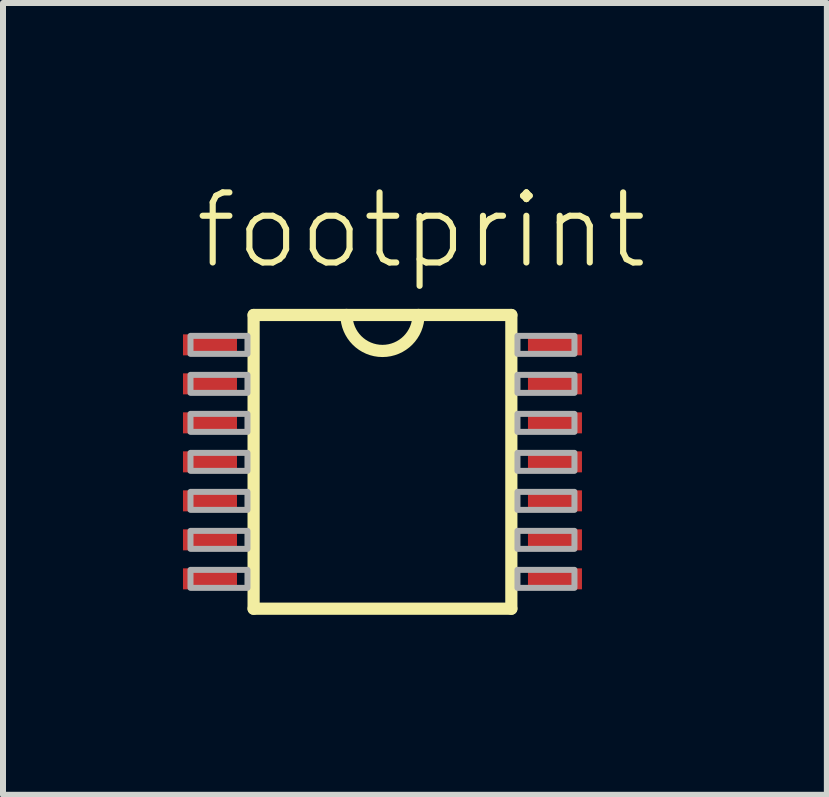
<source format=kicad_pcb>
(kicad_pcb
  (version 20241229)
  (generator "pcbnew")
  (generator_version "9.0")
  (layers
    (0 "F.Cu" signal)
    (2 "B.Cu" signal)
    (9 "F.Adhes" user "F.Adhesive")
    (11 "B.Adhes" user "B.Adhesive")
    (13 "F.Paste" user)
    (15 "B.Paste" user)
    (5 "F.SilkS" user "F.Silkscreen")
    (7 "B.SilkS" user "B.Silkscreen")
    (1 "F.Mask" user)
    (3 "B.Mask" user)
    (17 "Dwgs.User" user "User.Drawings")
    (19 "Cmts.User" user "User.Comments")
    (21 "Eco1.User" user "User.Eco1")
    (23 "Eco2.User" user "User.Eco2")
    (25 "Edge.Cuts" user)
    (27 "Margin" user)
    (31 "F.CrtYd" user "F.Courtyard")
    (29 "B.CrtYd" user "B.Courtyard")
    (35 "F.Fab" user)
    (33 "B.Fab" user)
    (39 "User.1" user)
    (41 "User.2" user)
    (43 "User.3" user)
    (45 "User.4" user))
  (footprint "footprint"
    (layer "F.Cu")
    (at 3.325 4.648)
    (property "Reference" "footprint" (at -3.175 -3.175 0) (layer "F.SilkS") (effects (font (size 1.168 1.168) (thickness 0.102)) (justify left bottom)))
    (fp_line (start -2.148 -2.448) (end -2.148 2.448) (stroke (width 0.203) (type solid)) (layer "F.SilkS"))
    (fp_line (start -2.148 2.448) (end 2.148 2.448) (stroke (width 0.203) (type solid)) (layer "F.SilkS"))
    (fp_line (start 2.148 -2.448) (end -2.148 -2.448) (stroke (width 0.203) (type solid)) (layer "F.SilkS"))
    (fp_line (start 2.148 2.448) (end 2.148 -2.448) (stroke (width 0.203) (type solid)) (layer "F.SilkS"))
    (fp_arc (start 0.6 -2.4484) (mid 0 -1.8484) (end -0.6 -2.4484) (stroke (width 0.2032) (type solid)) (layer "F.SilkS"))
    (fp_poly (pts (xy -3.2 -1.8) (xy -2.25 -1.8) (xy -2.25 -2.1) (xy -3.2 -2.1)) (stroke (width 0.1) (type solid)) (fill no) (layer "F.Fab"))
    (fp_poly (pts (xy -3.2 -1.15) (xy -2.25 -1.15) (xy -2.25 -1.45) (xy -3.2 -1.45)) (stroke (width 0.1) (type solid)) (fill no) (layer "F.Fab"))
    (fp_poly (pts (xy -3.2 -0.5) (xy -2.25 -0.5) (xy -2.25 -0.8) (xy -3.2 -0.8)) (stroke (width 0.1) (type solid)) (fill no) (layer "F.Fab"))
    (fp_poly (pts (xy -3.2 0.15) (xy -2.25 0.15) (xy -2.25 -0.15) (xy -3.2 -0.15)) (stroke (width 0.1) (type solid)) (fill no) (layer "F.Fab"))
    (fp_poly (pts (xy -3.2 0.8) (xy -2.25 0.8) (xy -2.25 0.5) (xy -3.2 0.5)) (stroke (width 0.1) (type solid)) (fill no) (layer "F.Fab"))
    (fp_poly (pts (xy -3.2 1.45) (xy -2.25 1.45) (xy -2.25 1.15) (xy -3.2 1.15)) (stroke (width 0.1) (type solid)) (fill no) (layer "F.Fab"))
    (fp_poly (pts (xy -3.2 2.1) (xy -2.25 2.1) (xy -2.25 1.8) (xy -3.2 1.8)) (stroke (width 0.1) (type solid)) (fill no) (layer "F.Fab"))
    (fp_poly (pts (xy 2.25 -1.8) (xy 3.2 -1.8) (xy 3.2 -2.1) (xy 2.25 -2.1)) (stroke (width 0.1) (type solid)) (fill no) (layer "F.Fab"))
    (fp_poly (pts (xy 2.25 -1.15) (xy 3.2 -1.15) (xy 3.2 -1.45) (xy 2.25 -1.45)) (stroke (width 0.1) (type solid)) (fill no) (layer "F.Fab"))
    (fp_poly (pts (xy 2.25 -0.5) (xy 3.2 -0.5) (xy 3.2 -0.8) (xy 2.25 -0.8)) (stroke (width 0.1) (type solid)) (fill no) (layer "F.Fab"))
    (fp_poly (pts (xy 2.25 0.15) (xy 3.2 0.15) (xy 3.2 -0.15) (xy 2.25 -0.15)) (stroke (width 0.1) (type solid)) (fill no) (layer "F.Fab"))
    (fp_poly (pts (xy 2.25 0.8) (xy 3.2 0.8) (xy 3.2 0.5) (xy 2.25 0.5)) (stroke (width 0.1) (type solid)) (fill no) (layer "F.Fab"))
    (fp_poly (pts (xy 2.25 1.45) (xy 3.2 1.45) (xy 3.2 1.15) (xy 2.25 1.15)) (stroke (width 0.1) (type solid)) (fill no) (layer "F.Fab"))
    (fp_poly (pts (xy 2.25 2.1) (xy 3.2 2.1) (xy 3.2 1.8) (xy 2.25 1.8)) (stroke (width 0.1) (type solid)) (fill no) (layer "F.Fab"))
    (pad "1" smd rect (at -2.875 -1.95) (size 0.9 0.35) (layers "F.Cu" "F.Mask" "F.Paste"))
    (pad "2" smd rect (at -2.875 -1.3) (size 0.9 0.35) (layers "F.Cu" "F.Mask" "F.Paste"))
    (pad "3" smd rect (at -2.875 -0.65) (size 0.9 0.35) (layers "F.Cu" "F.Mask" "F.Paste"))
    (pad "4" smd rect (at -2.875 0) (size 0.9 0.35) (layers "F.Cu" "F.Mask" "F.Paste"))
    (pad "5" smd rect (at -2.875 0.65) (size 0.9 0.35) (layers "F.Cu" "F.Mask" "F.Paste"))
    (pad "6" smd rect (at -2.875 1.3) (size 0.9 0.35) (layers "F.Cu" "F.Mask" "F.Paste"))
    (pad "7" smd rect (at -2.875 1.95) (size 0.9 0.35) (layers "F.Cu" "F.Mask" "F.Paste"))
    (pad "8" smd rect (at 2.875 1.95) (size 0.9 0.35) (layers "F.Cu" "F.Mask" "F.Paste"))
    (pad "9" smd rect (at 2.875 1.3) (size 0.9 0.35) (layers "F.Cu" "F.Mask" "F.Paste"))
    (pad "10" smd rect (at 2.875 0.65) (size 0.9 0.35) (layers "F.Cu" "F.Mask" "F.Paste"))
    (pad "11" smd rect (at 2.875 0) (size 0.9 0.35) (layers "F.Cu" "F.Mask" "F.Paste"))
    (pad "12" smd rect (at 2.875 -0.65) (size 0.9 0.35) (layers "F.Cu" "F.Mask" "F.Paste"))
    (pad "13" smd rect (at 2.875 -1.3) (size 0.9 0.35) (layers "F.Cu" "F.Mask" "F.Paste"))
    (pad "14" smd rect (at 2.875 -1.95) (size 0.9 0.35) (layers "F.Cu" "F.Mask" "F.Paste")))
  (gr_rect
    (start -3 -3)
    (end 10.732 10.198)
    (stroke (width 0.1) (type default))
    (fill no)
    (layer "Edge.Cuts")))
</source>
